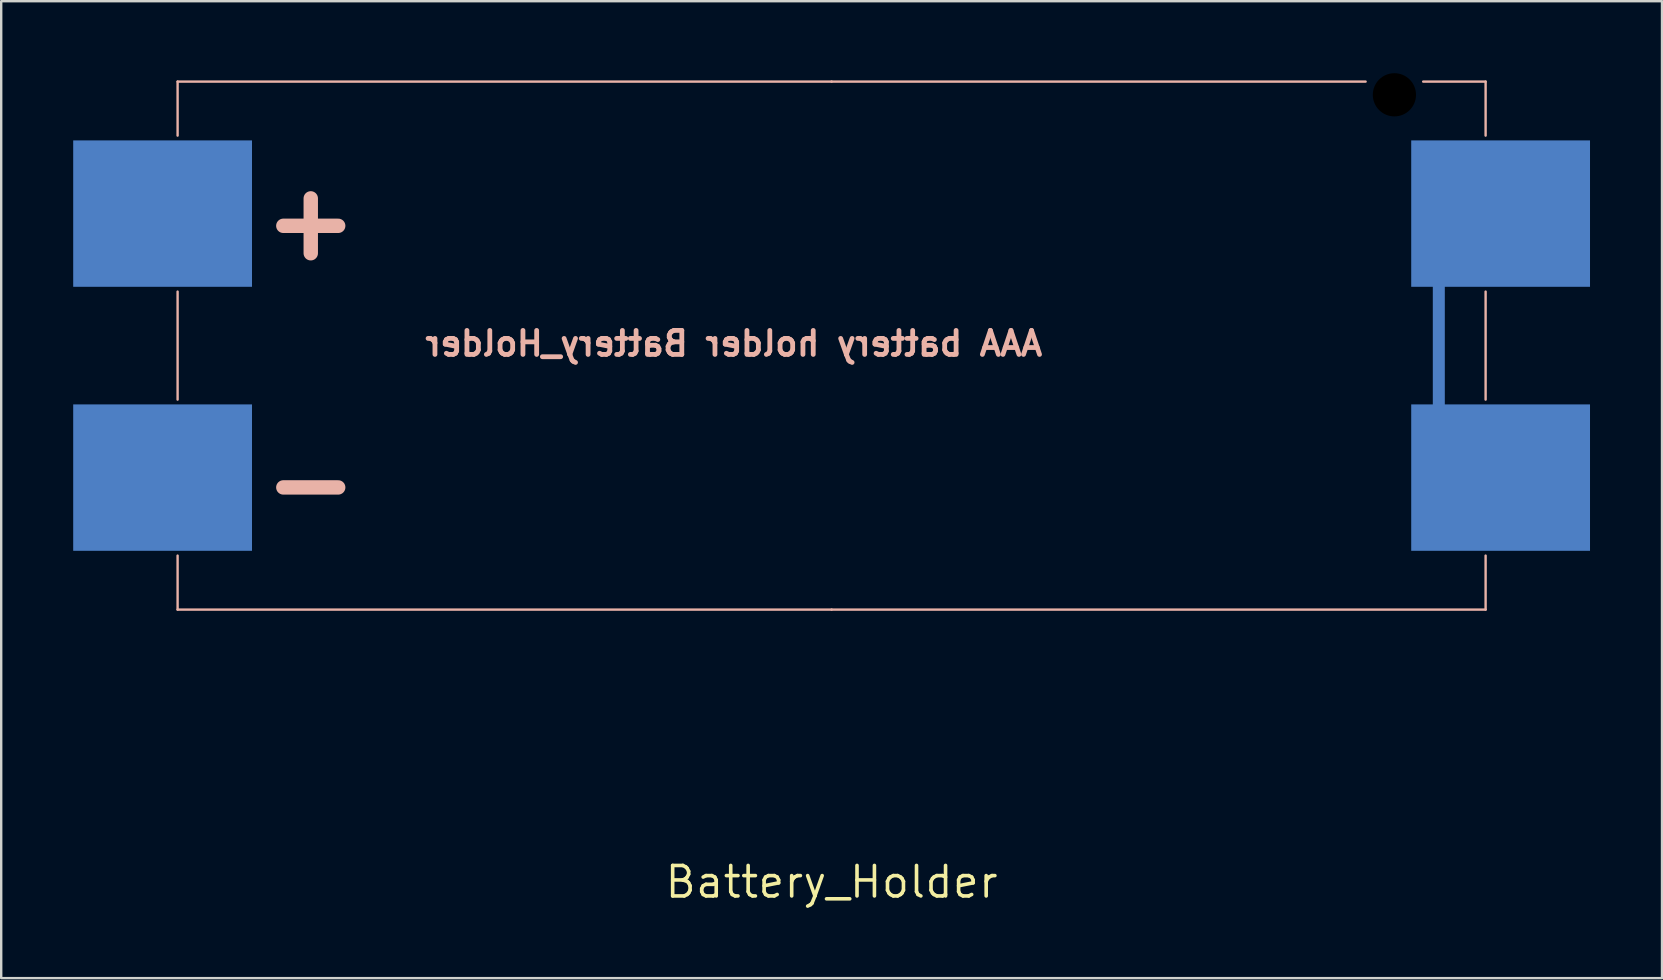
<source format=kicad_pcb>
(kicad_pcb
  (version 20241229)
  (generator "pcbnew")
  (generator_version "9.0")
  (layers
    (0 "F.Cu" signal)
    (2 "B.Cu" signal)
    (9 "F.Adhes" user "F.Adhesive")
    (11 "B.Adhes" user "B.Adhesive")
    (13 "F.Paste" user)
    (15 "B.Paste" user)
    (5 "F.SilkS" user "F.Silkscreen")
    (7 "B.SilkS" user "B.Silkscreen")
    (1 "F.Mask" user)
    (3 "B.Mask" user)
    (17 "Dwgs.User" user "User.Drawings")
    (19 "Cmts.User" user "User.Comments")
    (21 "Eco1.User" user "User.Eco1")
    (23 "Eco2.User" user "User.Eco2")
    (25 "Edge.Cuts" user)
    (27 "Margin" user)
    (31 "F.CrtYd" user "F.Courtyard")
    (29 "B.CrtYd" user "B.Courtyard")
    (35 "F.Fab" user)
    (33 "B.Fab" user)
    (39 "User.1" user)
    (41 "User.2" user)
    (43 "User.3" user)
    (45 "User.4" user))
  (footprint "Battery_Holder"
    (layer "F.Cu")
    (at 31.6 11.35)
    (property "Reference" "Battery_Holder" (at 0 22.35 0) (layer "F.SilkS") (effects (font (size 1.27 1.27) (thickness 0.15))))
    (attr through_hole)
    (fp_line (start -27.25 -11) (end -27.25 -8.75) (stroke (width 0.1) (type default)) (layer "B.SilkS"))
    (fp_line (start -27.25 2.25) (end -27.25 -2.25) (stroke (width 0.1) (type default)) (layer "B.SilkS"))
    (fp_line (start -27.25 11) (end -27.25 8.75) (stroke (width 0.1) (type default)) (layer "B.SilkS"))
    (fp_line (start 0 -11) (end -27.25 -11) (stroke (width 0.1) (type default)) (layer "B.SilkS"))
    (fp_line (start 0 -11) (end 22.25 -11) (stroke (width 0.1) (type default)) (layer "B.SilkS"))
    (fp_line (start 0 11) (end -27.25 11) (stroke (width 0.1) (type default)) (layer "B.SilkS"))
    (fp_line (start 0 11) (end 27.25 11) (stroke (width 0.1) (type default)) (layer "B.SilkS"))
    (fp_line (start 27.25 -11) (end 24.649 -11) (stroke (width 0.1) (type default)) (layer "B.SilkS"))
    (fp_line (start 27.25 -11) (end 27.25 -8.75) (stroke (width 0.1) (type default)) (layer "B.SilkS"))
    (fp_line (start 27.25 -2.25) (end 27.25 2.25) (stroke (width 0.1) (type default)) (layer "B.SilkS"))
    (fp_line (start 27.25 11) (end 27.25 8.75) (stroke (width 0.1) (type default)) (layer "B.SilkS"))
    (fp_text user "-" (at -19.45 7.45 0) (unlocked yes) (layer "B.SilkS") (effects (font (size 3 3) (thickness 0.6) (bold yes)) (justify left bottom mirror)))
    (fp_text user "AAA battery holder ${REFERENCE}" (at 8.89 0.5 0) (unlocked yes) (layer "B.SilkS") (effects (font (size 1 1) (thickness 0.2) (bold yes)) (justify left bottom mirror)))
    (fp_text user "+" (at -19.45 -3.45 0) (unlocked yes) (layer "B.SilkS") (effects (font (size 3 3) (thickness 0.6) (bold yes)) (justify left bottom mirror)))
    (pad "" np_thru_hole circle (at 23.45 -10.45) (size 1.8 1.8) (drill 1.8) (layers "*.Mask"))
    (pad "" smd custom (at 27.875 5.5) (size 7.45 6.1) (layers "B.Cu" "B.Mask" "B.Paste") (options (anchor rect)) (primitives (gr_line (start -2.575 -11) (end -2.575 0) (width 0.5)) (gr_poly (pts (xy -3.725 -14.05) (xy 3.725 -14.05) (xy 3.725 -7.95) (xy -3.725 -7.95)) (width 0) (fill yes))))
    (pad "1" smd rect (at -27.875 -5.5) (size 7.45 6.1) (layers "B.Cu" "B.Mask" "B.Paste"))
    (pad "2" smd rect (at -27.875 5.5) (size 7.45 6.1) (layers "B.Cu" "B.Mask" "B.Paste")))
  (gr_rect
    (start -3 -3)
    (end 66.2 37.706)
    (stroke (width 0.1) (type default))
    (fill no)
    (layer "Edge.Cuts")))
</source>
